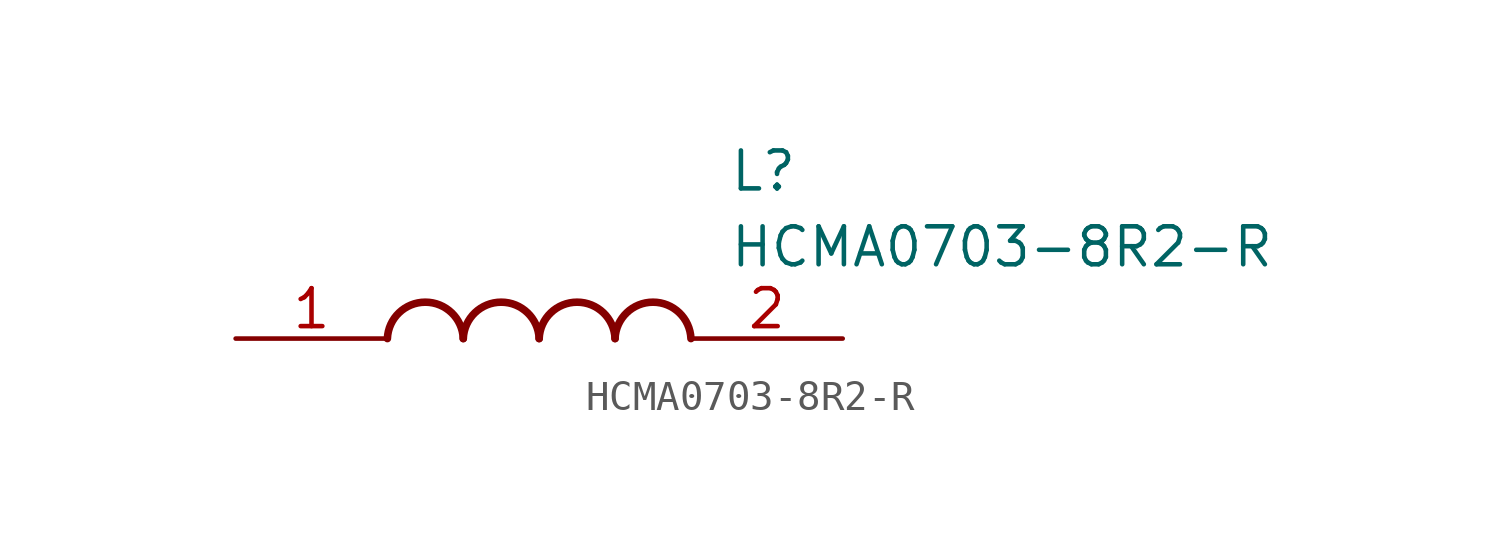
<source format=kicad_sym>
(kicad_symbol_lib
  (version 20211014)
  (generator SamacSys_ECAD_Model)
  (symbol "HCMA0703-8R2-R"
    (pin_names hide)
    (property "Reference" "L"
      (at 16.51 6.35 0)
      (effects (font (size 1.27 1.27)) (justify left top)))
    (property "Value" "HCMA0703-8R2-R"
      (at 16.51 3.81 0)
      (effects (font (size 1.27 1.27)) (justify left top)))
    (arc
      (start 7.62 0)
      (mid 6.35 1.219)
      (end 5.08 0)
      (stroke (width 0.254) (type default))
      (fill (type none)))
    (arc
      (start 10.16 0)
      (mid 8.89 1.219)
      (end 7.62 0)
      (stroke (width 0.254) (type default))
      (fill (type none)))
    (arc
      (start 12.7 0)
      (mid 11.43 1.219)
      (end 10.16 0)
      (stroke (width 0.254) (type default))
      (fill (type none)))
    (arc
      (start 15.24 0)
      (mid 13.97 1.219)
      (end 12.7 0)
      (stroke (width 0.254) (type default))
      (fill (type none)))
    (pin passive line
      (at 0 0 0)
      (length 5.08)
      (name "1" (effects (font (size 1.27 1.27))))
      (number "1" (effects (font (size 1.27 1.27)))))
    (pin passive line
      (at 20.32 0 180)
      (length 5.08)
      (name "2" (effects (font (size 1.27 1.27))))
      (number "2" (effects (font (size 1.27 1.27)))))))
</source>
